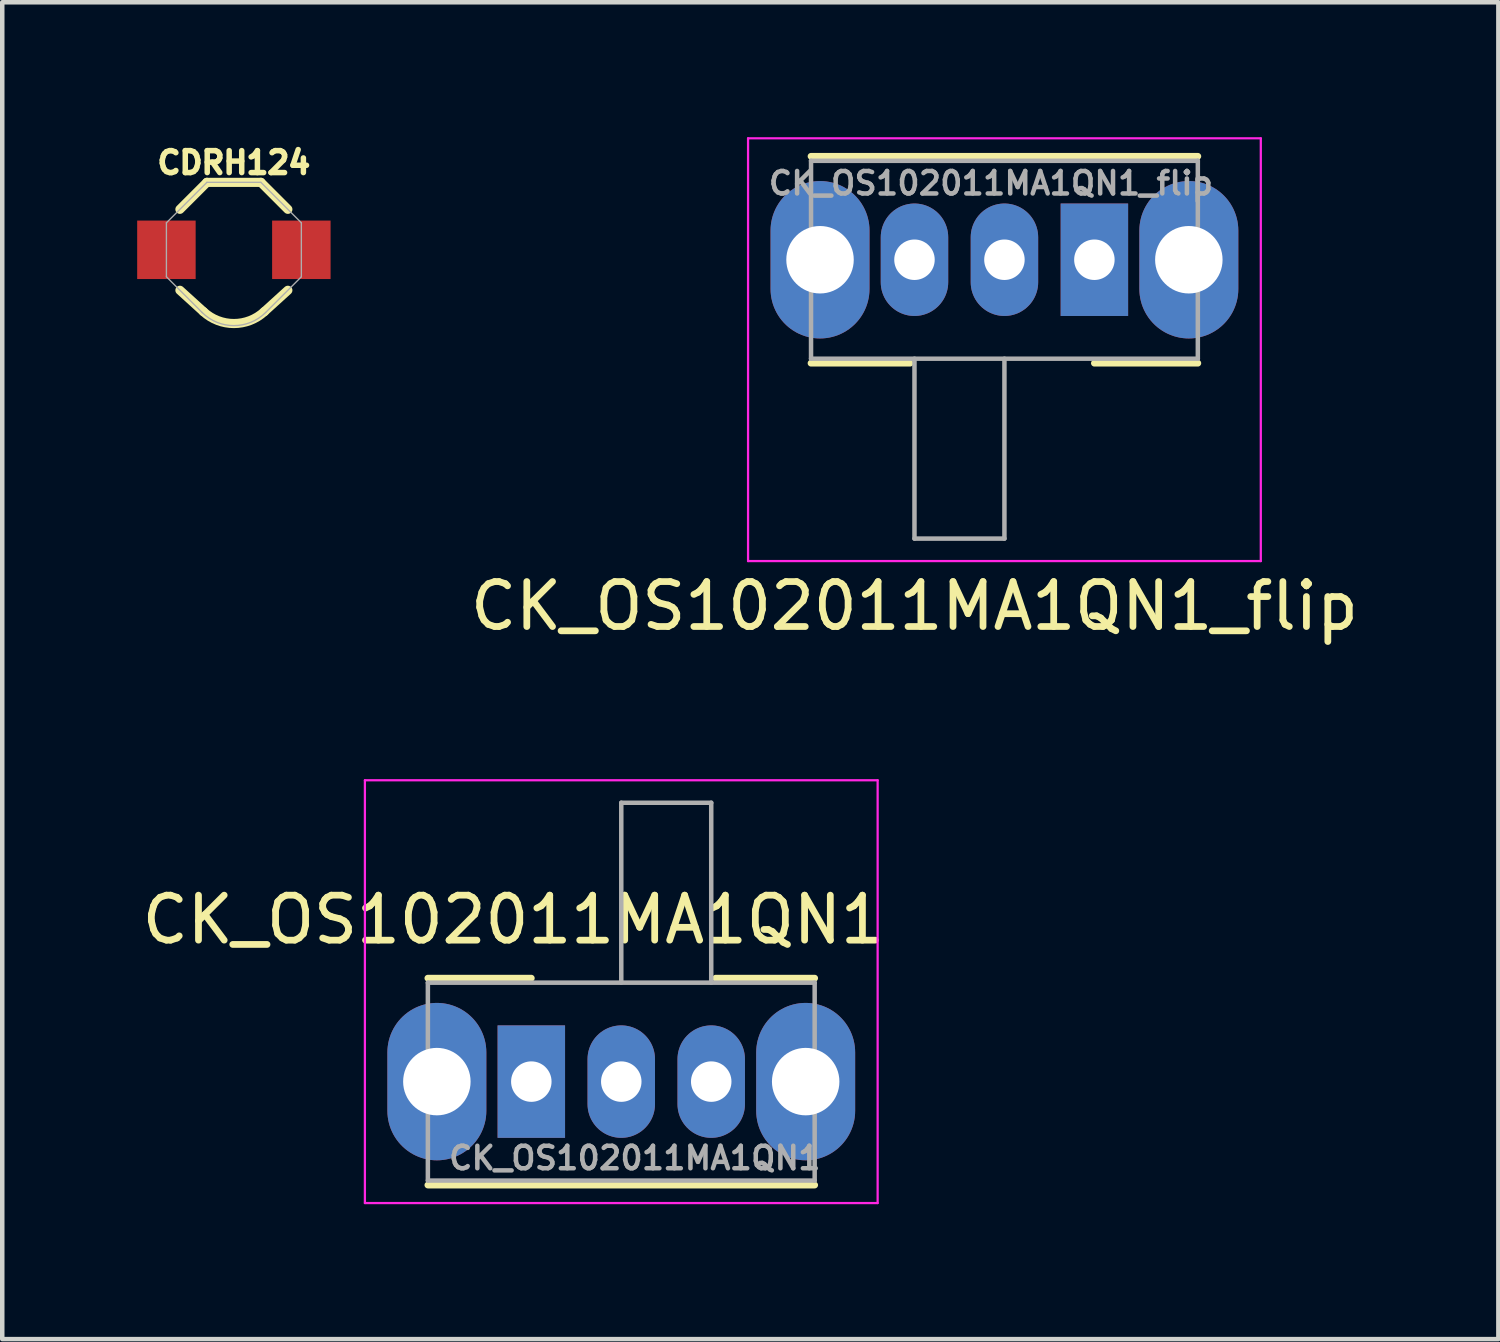
<source format=kicad_pcb>
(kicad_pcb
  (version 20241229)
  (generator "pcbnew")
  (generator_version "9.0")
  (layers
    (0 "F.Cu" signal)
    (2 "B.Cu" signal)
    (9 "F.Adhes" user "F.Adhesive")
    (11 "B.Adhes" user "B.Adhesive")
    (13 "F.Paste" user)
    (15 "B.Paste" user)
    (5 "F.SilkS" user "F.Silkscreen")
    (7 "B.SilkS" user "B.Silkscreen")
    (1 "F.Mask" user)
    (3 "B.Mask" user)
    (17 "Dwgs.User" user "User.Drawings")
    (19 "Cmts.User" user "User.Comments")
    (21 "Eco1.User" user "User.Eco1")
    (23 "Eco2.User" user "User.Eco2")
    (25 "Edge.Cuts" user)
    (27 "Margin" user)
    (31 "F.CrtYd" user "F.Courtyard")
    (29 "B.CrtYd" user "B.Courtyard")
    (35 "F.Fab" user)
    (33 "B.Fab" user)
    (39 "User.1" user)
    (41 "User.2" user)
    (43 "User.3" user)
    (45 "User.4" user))
  (footprint "CK_OS102011MA1QN1"
    (layer "F.Cu")
    (at 8.763 20.998)
    (property "Reference" "CK_OS102011MA1QN1" (at -0.4 -3.6 0) (layer "F.SilkS") (effects (font (size 1 1) (thickness 0.15))))
    (attr through_hole)
    (fp_line (start 0 -2.3) (end -2.3 -2.3) (stroke (width 0.15) (type solid)) (layer "F.SilkS"))
    (fp_line (start 6.3 -2.3) (end 4.1 -2.3) (stroke (width 0.15) (type solid)) (layer "F.SilkS"))
    (fp_line (start 6.3 2.3) (end -2.3 2.3) (stroke (width 0.15) (type solid)) (layer "F.SilkS"))
    (fp_line (start -3.7 -6.7) (end 7.7 -6.7) (stroke (width 0.05) (type solid)) (layer "F.CrtYd"))
    (fp_line (start -3.7 2.7) (end -3.7 -6.7) (stroke (width 0.05) (type solid)) (layer "F.CrtYd"))
    (fp_line (start 7.7 -6.7) (end 7.7 2.7) (stroke (width 0.05) (type solid)) (layer "F.CrtYd"))
    (fp_line (start 7.7 2.7) (end -3.7 2.7) (stroke (width 0.05) (type solid)) (layer "F.CrtYd"))
    (fp_line (start -2.3 -2.2) (end -2.3 2.2) (stroke (width 0.1) (type solid)) (layer "F.Fab"))
    (fp_line (start -2.3 -2.2) (end 6.3 -2.2) (stroke (width 0.1) (type solid)) (layer "F.Fab"))
    (fp_line (start -2.3 2.2) (end 6.3 2.2) (stroke (width 0.1) (type solid)) (layer "F.Fab"))
    (fp_line (start 2 -6.2) (end 4 -6.2) (stroke (width 0.1) (type solid)) (layer "F.Fab"))
    (fp_line (start 2 -2.2) (end 2 -6.2) (stroke (width 0.1) (type solid)) (layer "F.Fab"))
    (fp_line (start 4 -6.2) (end 4 -2.2) (stroke (width 0.1) (type solid)) (layer "F.Fab"))
    (fp_line (start 6.3 2.2) (end 6.3 -2.2) (stroke (width 0.1) (type solid)) (layer "F.Fab"))
    (fp_text user "${REFERENCE}" (at 2.3 1.7 0) (layer "F.Fab") (effects (font (size 0.5 0.5) (thickness 0.1))))
    (pad "" thru_hole oval (at -2.1 0) (size 2.2 3.5) (drill 1.5) (layers "*.Cu" "*.Mask"))
    (pad "" thru_hole oval (at 6.1 0) (size 2.2 3.5) (drill 1.5) (layers "*.Cu" "*.Mask"))
    (pad "1" thru_hole rect (at 0 0) (size 1.5 2.5) (drill 0.9) (layers "*.Cu" "*.Mask"))
    (pad "2" thru_hole oval (at 2 0) (size 1.5 2.5) (drill 0.9) (layers "*.Cu" "*.Mask"))
    (pad "3" thru_hole oval (at 4 0) (size 1.5 2.5) (drill 0.9) (layers "*.Cu" "*.Mask")))
  (footprint "CDRH124"
    (layer "F.Cu")
    (at 2.15 2.504)
    (property "Reference" "CDRH124" (at 0 -1.651 0) (layer "F.SilkS") (effects (font (size 0.488 0.488) (thickness 0.122)) (justify bottom)))
    (fp_line (start -1.2 -0.9) (end -0.6 -1.5) (stroke (width 0.203) (type solid)) (layer "F.SilkS"))
    (fp_line (start -1.2 0.9) (end -0.678 1.374) (stroke (width 0.203) (type solid)) (layer "F.SilkS"))
    (fp_line (start -0.6 -1.5) (end 0.6 -1.5) (stroke (width 0.203) (type solid)) (layer "F.SilkS"))
    (fp_line (start 0.6 -1.5) (end 1.2 -0.9) (stroke (width 0.203) (type solid)) (layer "F.SilkS"))
    (fp_line (start 0.678 1.374) (end 1.2 0.9) (stroke (width 0.203) (type solid)) (layer "F.SilkS"))
    (fp_arc (start 0.678301 1.373899) (mid 0.000001 1.639111) (end -0.6783 1.3739) (stroke (width 0.2032) (type solid)) (layer "F.SilkS"))
    (fp_line (start -1.5 -0.6) (end -1.5 0.6) (stroke (width 0.03) (type solid)) (layer "F.Fab"))
    (fp_line (start -1.5 0.6) (end -0.707 1.393) (stroke (width 0.03) (type solid)) (layer "F.Fab"))
    (fp_line (start -0.6 -1.5) (end -1.5 -0.6) (stroke (width 0.03) (type solid)) (layer "F.Fab"))
    (fp_line (start 0.6 -1.5) (end -0.6 -1.5) (stroke (width 0.03) (type solid)) (layer "F.Fab"))
    (fp_line (start 0.707 1.393) (end 1.5 0.6) (stroke (width 0.03) (type solid)) (layer "F.Fab"))
    (fp_line (start 1.5 -0.6) (end 0.6 -1.5) (stroke (width 0.03) (type solid)) (layer "F.Fab"))
    (fp_line (start 1.5 0.6) (end 1.5 -0.6) (stroke (width 0.03) (type solid)) (layer "F.Fab"))
    (fp_arc (start 0.707101 1.392899) (mid 0.000001 1.68579) (end -0.7071 1.3929) (stroke (width 0.03) (type solid)) (layer "F.Fab"))
    (pad "P$1" smd rect (at -1.5 0 90) (size 1.3 1.3) (layers "F.Cu" "F.Mask" "F.Paste"))
    (pad "P$2" smd rect (at 1.5 0 90) (size 1.3 1.3) (layers "F.Cu" "F.Mask" "F.Paste")))
  (footprint "CK_OS102011MA1QN1_flip"
    (layer "F.Cu")
    (at 17.282 2.725)
    (property "Reference" "CK_OS102011MA1QN1_flip" (at 0 7.7 0) (layer "F.SilkS") (effects (font (size 1 1) (thickness 0.15))))
    (attr through_hole)
    (fp_line (start -2.3 -2.3) (end 6.3 -2.3) (stroke (width 0.15) (type solid)) (layer "F.SilkS"))
    (fp_line (start -2.3 2.3) (end -0.1 2.3) (stroke (width 0.15) (type solid)) (layer "F.SilkS"))
    (fp_line (start 4 2.3) (end 6.3 2.3) (stroke (width 0.15) (type solid)) (layer "F.SilkS"))
    (fp_line (start -3.7 -2.7) (end 7.7 -2.7) (stroke (width 0.05) (type solid)) (layer "F.CrtYd"))
    (fp_line (start -3.7 6.7) (end -3.7 -2.7) (stroke (width 0.05) (type solid)) (layer "F.CrtYd"))
    (fp_line (start 7.7 -2.7) (end 7.7 6.7) (stroke (width 0.05) (type solid)) (layer "F.CrtYd"))
    (fp_line (start 7.7 6.7) (end -3.7 6.7) (stroke (width 0.05) (type solid)) (layer "F.CrtYd"))
    (fp_line (start -2.3 -2.2) (end -2.3 2.2) (stroke (width 0.1) (type solid)) (layer "F.Fab"))
    (fp_line (start 0 6.2) (end 0 2.2) (stroke (width 0.1) (type solid)) (layer "F.Fab"))
    (fp_line (start 2 2.2) (end 2 6.2) (stroke (width 0.1) (type solid)) (layer "F.Fab"))
    (fp_line (start 2 6.2) (end 0 6.2) (stroke (width 0.1) (type solid)) (layer "F.Fab"))
    (fp_line (start 6.3 -2.2) (end -2.3 -2.2) (stroke (width 0.1) (type solid)) (layer "F.Fab"))
    (fp_line (start 6.3 2.2) (end -2.3 2.2) (stroke (width 0.1) (type solid)) (layer "F.Fab"))
    (fp_line (start 6.3 2.2) (end 6.3 -2.2) (stroke (width 0.1) (type solid)) (layer "F.Fab"))
    (fp_text user "${REFERENCE}" (at 1.7 -1.7 180) (layer "F.Fab") (effects (font (size 0.5 0.5) (thickness 0.1))))
    (pad "" thru_hole oval (at -2.1 0 180) (size 2.2 3.5) (drill 1.5) (layers "*.Cu" "*.Mask"))
    (pad "" thru_hole oval (at 6.1 0 180) (size 2.2 3.5) (drill 1.5) (layers "*.Cu" "*.Mask"))
    (pad "1" thru_hole rect (at 4 0 180) (size 1.5 2.5) (drill 0.9) (layers "*.Cu" "*.Mask"))
    (pad "2" thru_hole oval (at 2 0 180) (size 1.5 2.5) (drill 0.9) (layers "*.Cu" "*.Mask"))
    (pad "3" thru_hole oval (at 0 0 180) (size 1.5 2.5) (drill 0.9) (layers "*.Cu" "*.Mask")))
  (gr_rect
    (start -3 -3)
    (end 30.264 26.723)
    (stroke (width 0.1) (type default))
    (fill no)
    (layer "Edge.Cuts")))
</source>
